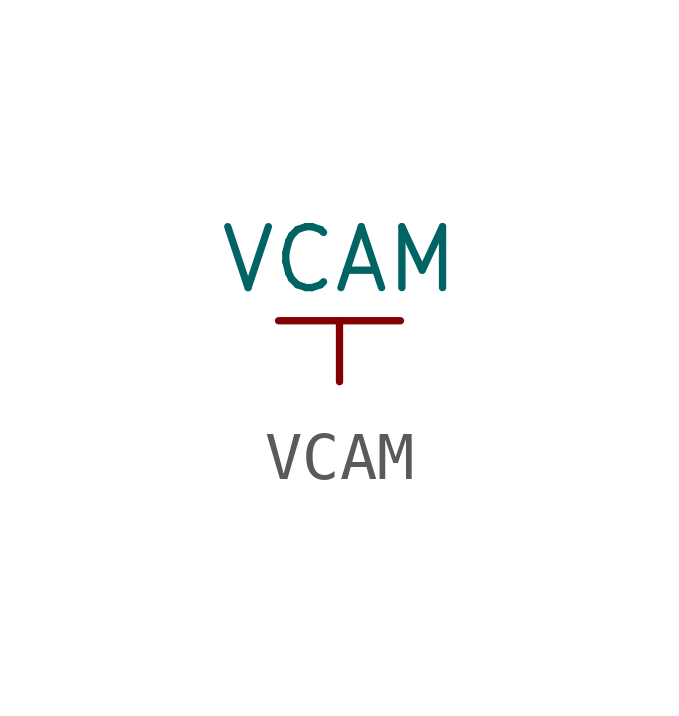
<source format=kicad_sym>
(kicad_symbol_lib
  (version 20220914)
  (generator kicad_symbol_editor)
  (symbol "VCAM"
    (power)
    (pin_numbers hide)
    (pin_names
      (offset 0) hide)
    (property "Reference" "#PWR"
      (at 0 -1.27 0)
      (effects (font (size 1.27 1.27)) hide))
    (property "Value" "VCAM"
      (at 0 2.54 0)
      (effects (font (size 1.27 1.27))))
    (symbol "VCAM_0_1"
      (polyline (pts (xy -1.27 1.27) (xy 1.27 1.27)) (stroke (width 0) (type default)) (fill (type none))))
    (symbol "VCAM_1_1"
      (pin power_in line (at 0 0 90) (length 1.27) (name "VCAM" (effects (font (size 1.27 1.27)))) (number "1" (effects (font (size 1.27 1.27))))))))
</source>
